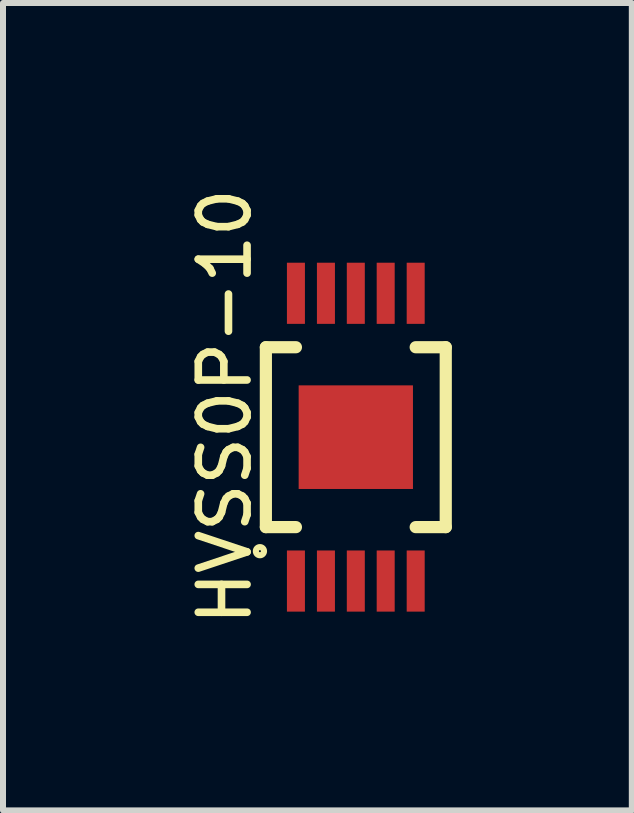
<source format=kicad_pcb>
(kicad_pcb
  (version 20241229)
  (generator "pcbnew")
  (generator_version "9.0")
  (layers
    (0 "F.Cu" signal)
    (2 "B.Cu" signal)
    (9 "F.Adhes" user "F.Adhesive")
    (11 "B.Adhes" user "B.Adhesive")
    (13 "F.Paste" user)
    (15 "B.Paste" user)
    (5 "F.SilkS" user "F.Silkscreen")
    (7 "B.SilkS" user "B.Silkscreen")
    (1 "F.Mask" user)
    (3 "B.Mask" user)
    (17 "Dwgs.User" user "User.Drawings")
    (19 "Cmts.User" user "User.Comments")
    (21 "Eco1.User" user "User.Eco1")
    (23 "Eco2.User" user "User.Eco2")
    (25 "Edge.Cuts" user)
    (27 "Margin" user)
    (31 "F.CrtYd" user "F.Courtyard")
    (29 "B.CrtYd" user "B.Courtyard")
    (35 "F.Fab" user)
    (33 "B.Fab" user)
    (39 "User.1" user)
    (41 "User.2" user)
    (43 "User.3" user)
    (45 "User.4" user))
  (footprint "HVSS0P-10"
    (layer "F.Cu")
    (at 2.88 4.236)
    (property "Reference" "HVSS0P-10" (at -2.182 -0.508 90) (layer "F.SilkS") (effects (font (size 0.813 0.813) (thickness 0.127))))
    (attr smd)
    (fp_line (start -1.499 -1.499) (end -0.998 -1.499) (stroke (width 0.203) (type solid)) (layer "F.SilkS"))
    (fp_line (start -1.499 1.499) (end -1.499 -1.499) (stroke (width 0.203) (type solid)) (layer "F.SilkS"))
    (fp_line (start -1.499 1.499) (end -0.998 1.499) (stroke (width 0.203) (type solid)) (layer "F.SilkS"))
    (fp_line (start 1.499 -1.499) (end 0.998 -1.499) (stroke (width 0.203) (type solid)) (layer "F.SilkS"))
    (fp_line (start 1.499 -1.499) (end 1.499 1.499) (stroke (width 0.203) (type solid)) (layer "F.SilkS"))
    (fp_line (start 1.499 1.499) (end 0.998 1.499) (stroke (width 0.203) (type solid)) (layer "F.SilkS"))
    (fp_circle (center -1.598 1.9) (end -1.646 1.948) (stroke (width 0.102) (type solid)) (fill no) (layer "F.SilkS"))
    (pad "1" smd rect (at -0.998 2.398 90) (size 1.019 0.3) (layers "F.Cu" "F.Mask" "F.Paste"))
    (pad "2" smd rect (at -0.498 2.398 90) (size 1.019 0.3) (layers "F.Cu" "F.Mask" "F.Paste"))
    (pad "3" smd rect (at 0 2.398 90) (size 1.019 0.3) (layers "F.Cu" "F.Mask" "F.Paste"))
    (pad "4" smd rect (at 0.498 2.398 90) (size 1.019 0.3) (layers "F.Cu" "F.Mask" "F.Paste"))
    (pad "5" smd rect (at 0.998 2.398 90) (size 1.019 0.3) (layers "F.Cu" "F.Mask" "F.Paste"))
    (pad "6" smd rect (at 0.998 -2.398 90) (size 1.019 0.3) (layers "F.Cu" "F.Mask" "F.Paste"))
    (pad "7" smd rect (at 0.498 -2.398 90) (size 1.019 0.3) (layers "F.Cu" "F.Mask" "F.Paste"))
    (pad "8" smd rect (at 0 -2.398 90) (size 1.019 0.3) (layers "F.Cu" "F.Mask" "F.Paste"))
    (pad "9" smd rect (at -0.498 -2.398 90) (size 1.019 0.3) (layers "F.Cu" "F.Mask" "F.Paste"))
    (pad "10" smd rect (at -0.998 -2.398 90) (size 1.019 0.3) (layers "F.Cu" "F.Mask" "F.Paste"))
    (pad "PAD" smd rect (at 0 0) (size 1.905 1.727) (layers "F.Cu" "F.Mask" "F.Paste")))
  (gr_rect
    (start -3 -3)
    (end 7.48 10.456)
    (stroke (width 0.1) (type default))
    (fill no)
    (layer "Edge.Cuts")))
</source>
